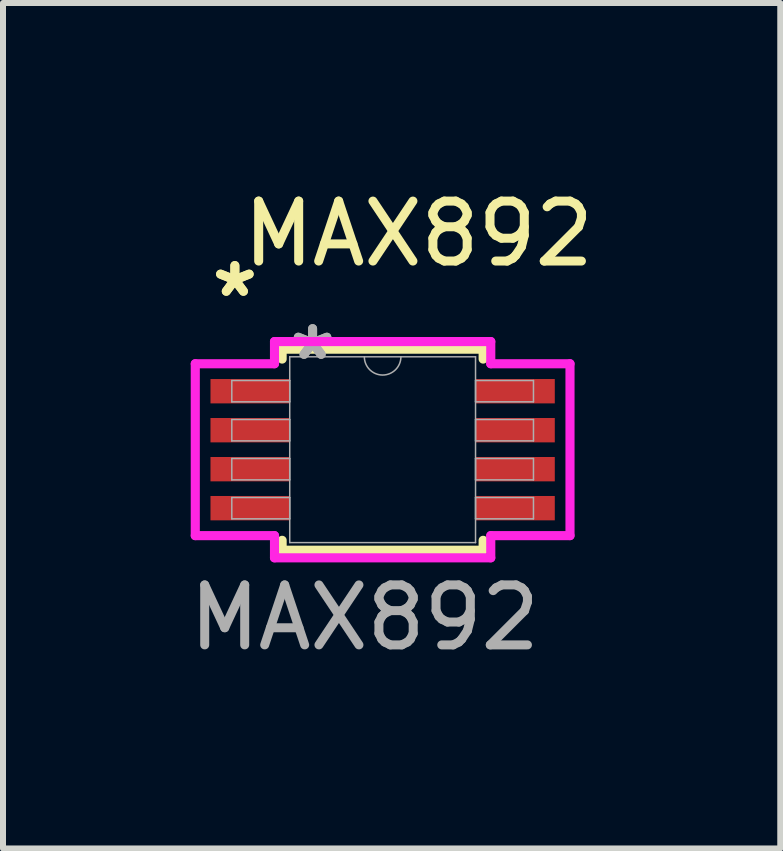
<source format=kicad_pcb>
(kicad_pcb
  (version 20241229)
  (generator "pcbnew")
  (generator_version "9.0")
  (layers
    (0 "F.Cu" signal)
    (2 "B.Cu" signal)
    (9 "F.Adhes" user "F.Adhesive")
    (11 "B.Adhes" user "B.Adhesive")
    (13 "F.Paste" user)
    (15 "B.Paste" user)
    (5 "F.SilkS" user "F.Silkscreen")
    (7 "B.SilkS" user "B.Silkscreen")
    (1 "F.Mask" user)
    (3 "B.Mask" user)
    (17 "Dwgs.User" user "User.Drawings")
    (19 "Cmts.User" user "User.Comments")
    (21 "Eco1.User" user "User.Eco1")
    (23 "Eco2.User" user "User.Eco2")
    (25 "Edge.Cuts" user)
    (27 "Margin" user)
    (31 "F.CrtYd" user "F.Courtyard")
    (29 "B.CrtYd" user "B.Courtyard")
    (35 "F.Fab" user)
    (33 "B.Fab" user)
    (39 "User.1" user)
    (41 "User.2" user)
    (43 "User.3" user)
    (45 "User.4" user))
  (footprint "MAX892"
    (layer "F.Cu")
    (at 3.33 4.448)
    (property "Reference" "MAX892" (at 0.6 -3.6 0) (unlocked yes) (layer "F.SilkS") (effects (font (size 1 1) (thickness 0.15))))
    (attr smd)
    (fp_line (start -1.676 -1.676) (end -1.676 -1.511) (stroke (width 0.152) (type solid)) (layer "F.SilkS"))
    (fp_line (start -1.676 1.511) (end -1.676 1.676) (stroke (width 0.152) (type solid)) (layer "F.SilkS"))
    (fp_line (start -1.676 1.676) (end 1.676 1.676) (stroke (width 0.152) (type solid)) (layer "F.SilkS"))
    (fp_line (start 1.676 -1.676) (end -1.676 -1.676) (stroke (width 0.152) (type solid)) (layer "F.SilkS"))
    (fp_line (start 1.676 -1.511) (end 1.676 -1.676) (stroke (width 0.152) (type solid)) (layer "F.SilkS"))
    (fp_line (start 1.676 1.676) (end 1.676 1.511) (stroke (width 0.152) (type solid)) (layer "F.SilkS"))
    (fp_line (start -3.124 -1.433) (end -1.803 -1.433) (stroke (width 0.152) (type solid)) (layer "F.CrtYd"))
    (fp_line (start -3.124 1.433) (end -3.124 -1.433) (stroke (width 0.152) (type solid)) (layer "F.CrtYd"))
    (fp_line (start -3.124 1.433) (end -1.803 1.433) (stroke (width 0.152) (type solid)) (layer "F.CrtYd"))
    (fp_line (start -1.803 -1.803) (end 1.803 -1.803) (stroke (width 0.152) (type solid)) (layer "F.CrtYd"))
    (fp_line (start -1.803 -1.433) (end -1.803 -1.803) (stroke (width 0.152) (type solid)) (layer "F.CrtYd"))
    (fp_line (start -1.803 1.803) (end -1.803 1.433) (stroke (width 0.152) (type solid)) (layer "F.CrtYd"))
    (fp_line (start 1.803 -1.803) (end 1.803 -1.433) (stroke (width 0.152) (type solid)) (layer "F.CrtYd"))
    (fp_line (start 1.803 1.433) (end 1.803 1.803) (stroke (width 0.152) (type solid)) (layer "F.CrtYd"))
    (fp_line (start 1.803 1.803) (end -1.803 1.803) (stroke (width 0.152) (type solid)) (layer "F.CrtYd"))
    (fp_line (start 3.124 -1.433) (end 1.803 -1.433) (stroke (width 0.152) (type solid)) (layer "F.CrtYd"))
    (fp_line (start 3.124 -1.433) (end 3.124 1.433) (stroke (width 0.152) (type solid)) (layer "F.CrtYd"))
    (fp_line (start 3.124 1.433) (end 1.803 1.433) (stroke (width 0.152) (type solid)) (layer "F.CrtYd"))
    (fp_line (start -2.515 -1.153) (end -2.515 -0.798) (stroke (width 0.025) (type solid)) (layer "F.Fab"))
    (fp_line (start -2.515 -0.798) (end -1.549 -0.798) (stroke (width 0.025) (type solid)) (layer "F.Fab"))
    (fp_line (start -2.515 -0.503) (end -2.515 -0.147) (stroke (width 0.025) (type solid)) (layer "F.Fab"))
    (fp_line (start -2.515 -0.147) (end -1.549 -0.147) (stroke (width 0.025) (type solid)) (layer "F.Fab"))
    (fp_line (start -2.515 0.147) (end -2.515 0.503) (stroke (width 0.025) (type solid)) (layer "F.Fab"))
    (fp_line (start -2.515 0.503) (end -1.549 0.503) (stroke (width 0.025) (type solid)) (layer "F.Fab"))
    (fp_line (start -2.515 0.798) (end -2.515 1.153) (stroke (width 0.025) (type solid)) (layer "F.Fab"))
    (fp_line (start -2.515 1.153) (end -1.549 1.153) (stroke (width 0.025) (type solid)) (layer "F.Fab"))
    (fp_line (start -1.549 -1.549) (end -1.549 1.549) (stroke (width 0.025) (type solid)) (layer "F.Fab"))
    (fp_line (start -1.549 -1.153) (end -2.515 -1.153) (stroke (width 0.025) (type solid)) (layer "F.Fab"))
    (fp_line (start -1.549 -0.798) (end -1.549 -1.153) (stroke (width 0.025) (type solid)) (layer "F.Fab"))
    (fp_line (start -1.549 -0.503) (end -2.515 -0.503) (stroke (width 0.025) (type solid)) (layer "F.Fab"))
    (fp_line (start -1.549 -0.147) (end -1.549 -0.503) (stroke (width 0.025) (type solid)) (layer "F.Fab"))
    (fp_line (start -1.549 0.147) (end -2.515 0.147) (stroke (width 0.025) (type solid)) (layer "F.Fab"))
    (fp_line (start -1.549 0.503) (end -1.549 0.147) (stroke (width 0.025) (type solid)) (layer "F.Fab"))
    (fp_line (start -1.549 0.798) (end -2.515 0.798) (stroke (width 0.025) (type solid)) (layer "F.Fab"))
    (fp_line (start -1.549 1.153) (end -1.549 0.798) (stroke (width 0.025) (type solid)) (layer "F.Fab"))
    (fp_line (start -1.549 1.549) (end 1.549 1.549) (stroke (width 0.025) (type solid)) (layer "F.Fab"))
    (fp_line (start 1.549 -1.549) (end -1.549 -1.549) (stroke (width 0.025) (type solid)) (layer "F.Fab"))
    (fp_line (start 1.549 -1.153) (end 1.549 -0.798) (stroke (width 0.025) (type solid)) (layer "F.Fab"))
    (fp_line (start 1.549 -0.798) (end 2.515 -0.798) (stroke (width 0.025) (type solid)) (layer "F.Fab"))
    (fp_line (start 1.549 -0.503) (end 1.549 -0.147) (stroke (width 0.025) (type solid)) (layer "F.Fab"))
    (fp_line (start 1.549 -0.147) (end 2.515 -0.147) (stroke (width 0.025) (type solid)) (layer "F.Fab"))
    (fp_line (start 1.549 0.147) (end 1.549 0.503) (stroke (width 0.025) (type solid)) (layer "F.Fab"))
    (fp_line (start 1.549 0.503) (end 2.515 0.503) (stroke (width 0.025) (type solid)) (layer "F.Fab"))
    (fp_line (start 1.549 0.798) (end 1.549 1.153) (stroke (width 0.025) (type solid)) (layer "F.Fab"))
    (fp_line (start 1.549 1.153) (end 2.515 1.153) (stroke (width 0.025) (type solid)) (layer "F.Fab"))
    (fp_line (start 1.549 1.549) (end 1.549 -1.549) (stroke (width 0.025) (type solid)) (layer "F.Fab"))
    (fp_line (start 2.515 -1.153) (end 1.549 -1.153) (stroke (width 0.025) (type solid)) (layer "F.Fab"))
    (fp_line (start 2.515 -0.798) (end 2.515 -1.153) (stroke (width 0.025) (type solid)) (layer "F.Fab"))
    (fp_line (start 2.515 -0.503) (end 1.549 -0.503) (stroke (width 0.025) (type solid)) (layer "F.Fab"))
    (fp_line (start 2.515 -0.147) (end 2.515 -0.503) (stroke (width 0.025) (type solid)) (layer "F.Fab"))
    (fp_line (start 2.515 0.147) (end 1.549 0.147) (stroke (width 0.025) (type solid)) (layer "F.Fab"))
    (fp_line (start 2.515 0.503) (end 2.515 0.147) (stroke (width 0.025) (type solid)) (layer "F.Fab"))
    (fp_line (start 2.515 0.798) (end 1.549 0.798) (stroke (width 0.025) (type solid)) (layer "F.Fab"))
    (fp_line (start 2.515 1.153) (end 2.515 0.798) (stroke (width 0.025) (type solid)) (layer "F.Fab"))
    (fp_arc (start 0.3048 -1.5494) (mid 0 -1.2446) (end -0.3048 -1.5494) (stroke (width 0.0254) (type solid)) (layer "F.Fab"))
    (fp_text user "*" (at -2.464 -2.525 0) (unlocked yes) (layer "F.SilkS") (effects (font (size 1 1) (thickness 0.15))))
    (fp_text user "*" (at -2.464 -2.525 0) (layer "F.SilkS") (effects (font (size 1 1) (thickness 0.15))))
    (fp_text user "${REFERENCE}" (at -0.3 2.8 0) (unlocked yes) (layer "F.Fab") (effects (font (size 1 1) (thickness 0.15))))
    (fp_text user "*" (at -1.168 -1.473 0) (layer "F.Fab") (effects (font (size 1 1) (thickness 0.15))))
    (fp_text user "*" (at -1.168 -1.473 0) (unlocked yes) (layer "F.Fab") (effects (font (size 1 1) (thickness 0.15))))
    (pad "1" smd rect (at -2.21 -0.975) (size 1.321 0.406) (layers "F.Cu" "F.Mask" "F.Paste"))
    (pad "2" smd rect (at -2.21 -0.325) (size 1.321 0.406) (layers "F.Cu" "F.Mask" "F.Paste"))
    (pad "3" smd rect (at -2.21 0.325) (size 1.321 0.406) (layers "F.Cu" "F.Mask" "F.Paste"))
    (pad "4" smd rect (at -2.21 0.975) (size 1.321 0.406) (layers "F.Cu" "F.Mask" "F.Paste"))
    (pad "5" smd rect (at 2.21 0.975) (size 1.321 0.406) (layers "F.Cu" "F.Mask" "F.Paste"))
    (pad "6" smd rect (at 2.21 0.325) (size 1.321 0.406) (layers "F.Cu" "F.Mask" "F.Paste"))
    (pad "7" smd rect (at 2.21 -0.325) (size 1.321 0.406) (layers "F.Cu" "F.Mask" "F.Paste"))
    (pad "8" smd rect (at 2.21 -0.975) (size 1.321 0.406) (layers "F.Cu" "F.Mask" "F.Paste")))
  (gr_rect
    (start -3 -3)
    (end 9.96 11.097)
    (stroke (width 0.1) (type default))
    (fill no)
    (layer "Edge.Cuts")))
</source>
